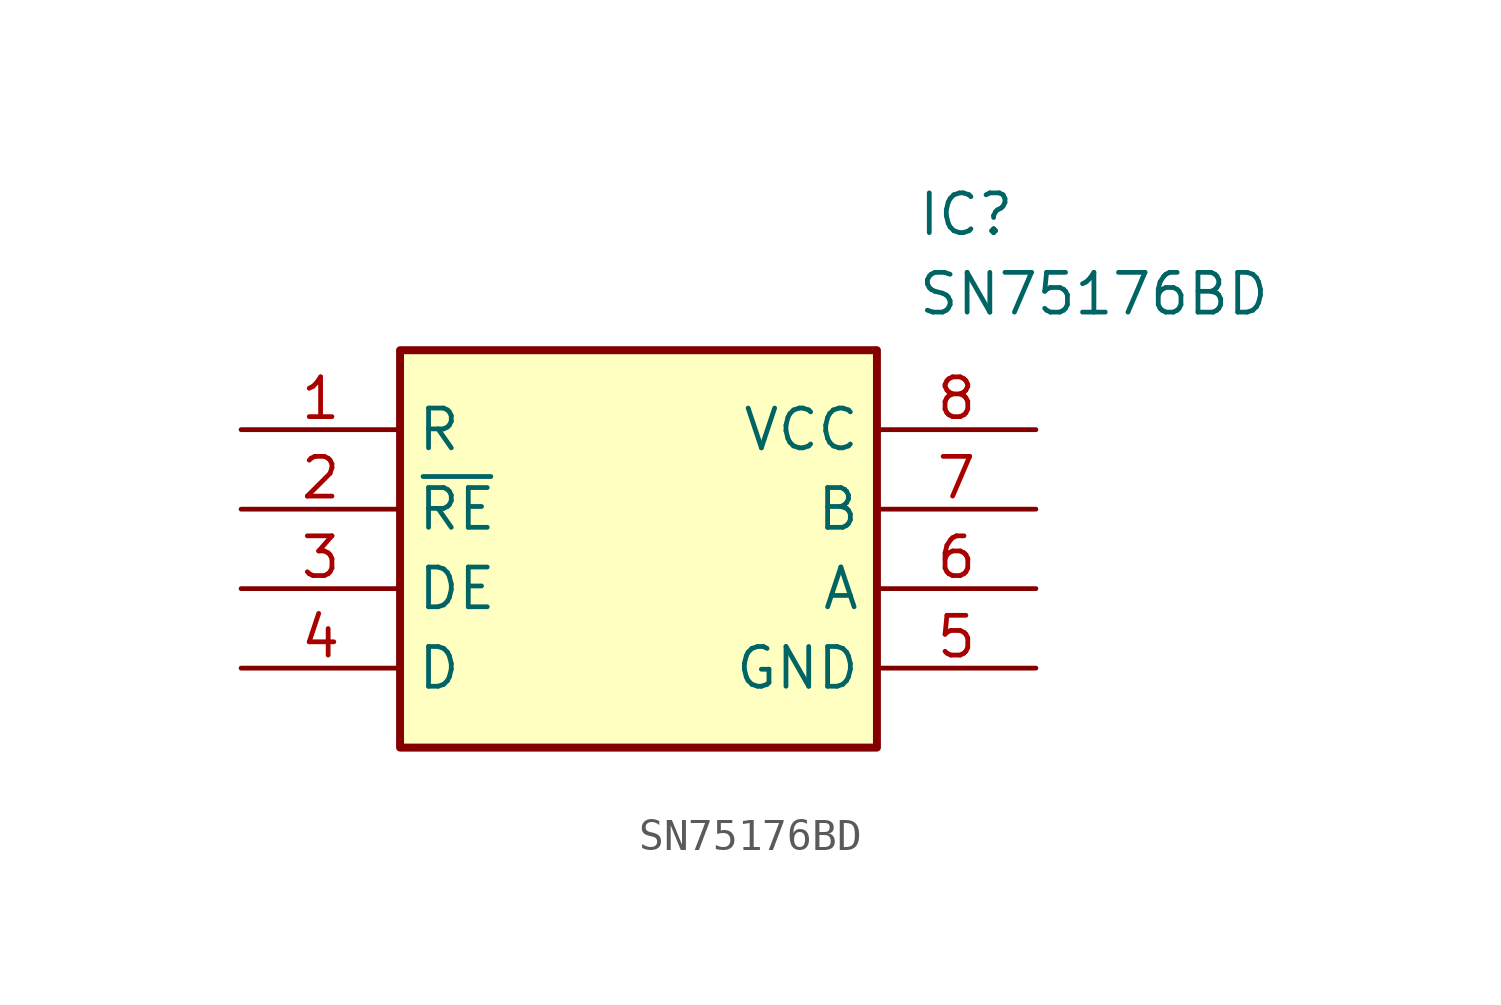
<source format=kicad_sym>
(kicad_symbol_lib
  (version 20211014)
  (generator SamacSys_ECAD_Model)
  (symbol "SN75176BD"
    (property "Reference" "IC"
      (at 21.59 7.62 0)
      (effects (font (size 1.27 1.27)) (justify left top)))
    (property "Value" "SN75176BD"
      (at 21.59 5.08 0)
      (effects (font (size 1.27 1.27)) (justify left top)))
    (rectangle
      (start 5.08 2.54)
      (end 20.32 -10.16)
      (stroke (width 0.254) (type default))
      (fill (type background)))
    (pin passive line
      (at 0 0 0)
      (length 5.08)
      (name "R" (effects (font (size 1.27 1.27))))
      (number "1" (effects (font (size 1.27 1.27)))))
    (pin passive line
      (at 0 -2.54 0)
      (length 5.08)
      (name "~{RE}" (effects (font (size 1.27 1.27))))
      (number "2" (effects (font (size 1.27 1.27)))))
    (pin passive line
      (at 0 -5.08 0)
      (length 5.08)
      (name "DE" (effects (font (size 1.27 1.27))))
      (number "3" (effects (font (size 1.27 1.27)))))
    (pin passive line
      (at 0 -7.62 0)
      (length 5.08)
      (name "D" (effects (font (size 1.27 1.27))))
      (number "4" (effects (font (size 1.27 1.27)))))
    (pin passive line
      (at 25.4 0 180)
      (length 5.08)
      (name "VCC" (effects (font (size 1.27 1.27))))
      (number "8" (effects (font (size 1.27 1.27)))))
    (pin passive line
      (at 25.4 -2.54 180)
      (length 5.08)
      (name "B" (effects (font (size 1.27 1.27))))
      (number "7" (effects (font (size 1.27 1.27)))))
    (pin passive line
      (at 25.4 -5.08 180)
      (length 5.08)
      (name "A" (effects (font (size 1.27 1.27))))
      (number "6" (effects (font (size 1.27 1.27)))))
    (pin passive line
      (at 25.4 -7.62 180)
      (length 5.08)
      (name "GND" (effects (font (size 1.27 1.27))))
      (number "5" (effects (font (size 1.27 1.27)))))))
</source>
